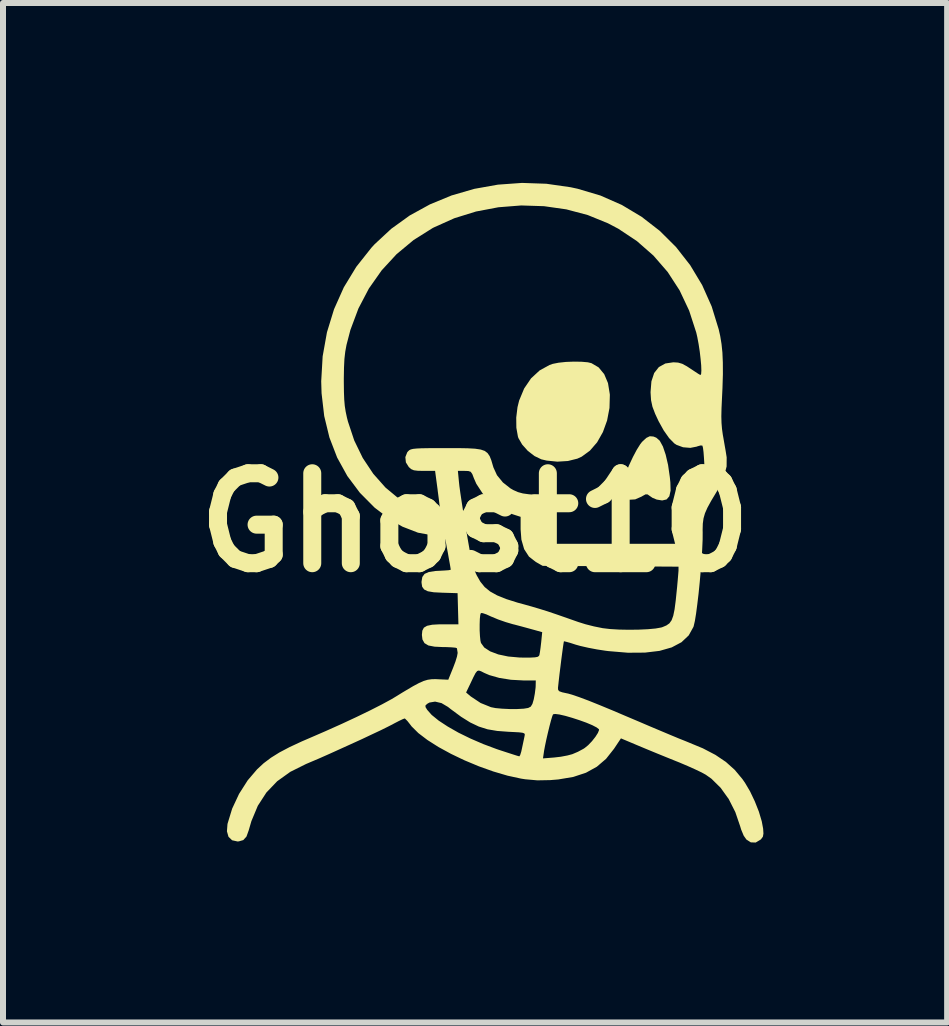
<source format=kicad_pcb>
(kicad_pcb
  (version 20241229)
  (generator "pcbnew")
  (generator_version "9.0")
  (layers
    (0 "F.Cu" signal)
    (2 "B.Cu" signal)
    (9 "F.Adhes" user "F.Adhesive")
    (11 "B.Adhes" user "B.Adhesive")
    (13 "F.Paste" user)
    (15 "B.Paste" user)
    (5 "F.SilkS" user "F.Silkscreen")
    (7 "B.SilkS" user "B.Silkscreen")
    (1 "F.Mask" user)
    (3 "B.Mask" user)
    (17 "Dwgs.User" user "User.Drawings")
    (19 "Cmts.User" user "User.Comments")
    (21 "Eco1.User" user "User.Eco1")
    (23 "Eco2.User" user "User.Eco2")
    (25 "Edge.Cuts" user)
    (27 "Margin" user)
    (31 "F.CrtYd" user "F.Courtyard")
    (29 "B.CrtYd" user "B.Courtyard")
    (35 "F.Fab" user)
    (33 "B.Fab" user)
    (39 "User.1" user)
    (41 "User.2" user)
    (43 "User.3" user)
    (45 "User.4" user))
  (footprint "Ghost10"
    (layer "F.Cu")
    (at 4.871 5.663)
    (property "Reference" "Ghost10" (at 0 0 0) (layer "F.SilkS") (effects (font (size 1.5 1.5) (thickness 0.3))))
    (attr board_only exclude_from_pos_files exclude_from_bom)
    (fp_poly (pts (xy 2.975 -1.434) (xy 3.022 -1.415) (xy 3.08 -1.364) (xy 3.133 -1.267) (xy 3.179 -1.131) (xy 3.219 -0.959) (xy 3.248 -0.758) (xy 3.257 -0.669) (xy 3.261 -0.532) (xy 3.24 -0.438) (xy 3.194 -0.385) (xy 3.12 -0.368) (xy 3.029 -0.383) (xy 2.959 -0.412) (xy 2.911 -0.445) (xy 2.877 -0.469) (xy 2.844 -0.47) (xy 2.794 -0.443) (xy 2.778 -0.433) (xy 2.671 -0.386) (xy 2.576 -0.38) (xy 2.5 -0.41) (xy 2.452 -0.473) (xy 2.438 -0.564) (xy 2.443 -0.601) (xy 2.469 -0.7) (xy 2.513 -0.824) (xy 2.57 -0.959) (xy 2.633 -1.093) (xy 2.696 -1.212) (xy 2.754 -1.305) (xy 2.785 -1.345) (xy 2.856 -1.411) (xy 2.914 -1.439)) (stroke (width 0) (type solid)) (fill yes) (layer "F.SilkS"))
    (fp_poly (pts (xy 1.775 -2.681) (xy 1.881 -2.672) (xy 1.942 -2.657) (xy 2.062 -2.586) (xy 2.154 -2.474) (xy 2.217 -2.325) (xy 2.247 -2.141) (xy 2.248 -2.127) (xy 2.242 -1.91) (xy 2.202 -1.701) (xy 2.132 -1.508) (xy 2.036 -1.338) (xy 1.916 -1.199) (xy 1.778 -1.098) (xy 1.706 -1.065) (xy 1.549 -1.026) (xy 1.372 -1.015) (xy 1.195 -1.033) (xy 1.105 -1.054) (xy 0.991 -1.109) (xy 0.88 -1.195) (xy 0.786 -1.3) (xy 0.723 -1.409) (xy 0.715 -1.434) (xy 0.689 -1.58) (xy 0.687 -1.75) (xy 0.708 -1.923) (xy 0.735 -2.033) (xy 0.819 -2.235) (xy 0.934 -2.404) (xy 1.077 -2.536) (xy 1.242 -2.627) (xy 1.297 -2.646) (xy 1.393 -2.665) (xy 1.515 -2.678) (xy 1.647 -2.683)) (stroke (width 0) (type solid)) (fill yes) (layer "F.SilkS"))
    (fp_poly (pts (xy 1.189 -5.649) (xy 1.593 -5.591) (xy 1.709 -5.566) (xy 2.09 -5.453) (xy 2.447 -5.296) (xy 2.778 -5.098) (xy 3.081 -4.863) (xy 3.352 -4.593) (xy 3.588 -4.291) (xy 3.787 -3.96) (xy 3.946 -3.603) (xy 4.063 -3.222) (xy 4.088 -3.112) (xy 4.11 -2.978) (xy 4.125 -2.833) (xy 4.132 -2.668) (xy 4.133 -2.474) (xy 4.126 -2.244) (xy 4.118 -2.077) (xy 4.11 -1.905) (xy 4.107 -1.77) (xy 4.11 -1.66) (xy 4.118 -1.562) (xy 4.132 -1.461) (xy 4.14 -1.418) (xy 4.16 -1.302) (xy 4.179 -1.194) (xy 4.192 -1.112) (xy 4.196 -1.087) (xy 4.195 -0.935) (xy 4.15 -0.762) (xy 4.062 -0.573) (xy 4.022 -0.502) (xy 3.936 -0.359) (xy 3.875 -0.247) (xy 3.834 -0.154) (xy 3.81 -0.07) (xy 3.798 0.018) (xy 3.795 0.12) (xy 3.796 0.163) (xy 3.795 0.288) (xy 3.788 0.443) (xy 3.778 0.619) (xy 3.763 0.808) (xy 3.746 1.001) (xy 3.727 1.189) (xy 3.706 1.364) (xy 3.686 1.517) (xy 3.666 1.64) (xy 3.647 1.723) (xy 3.642 1.74) (xy 3.563 1.882) (xy 3.442 1.996) (xy 3.28 2.082) (xy 3.077 2.14) (xy 2.833 2.169) (xy 2.549 2.171) (xy 2.226 2.144) (xy 2.177 2.138) (xy 2.034 2.116) (xy 1.887 2.088) (xy 1.756 2.058) (xy 1.677 2.036) (xy 1.588 2.007) (xy 1.519 1.988) (xy 1.484 1.98) (xy 1.482 1.981) (xy 1.477 2.007) (xy 1.467 2.073) (xy 1.454 2.169) (xy 1.439 2.282) (xy 1.424 2.404) (xy 1.409 2.523) (xy 1.397 2.629) (xy 1.388 2.711) (xy 1.383 2.758) (xy 1.386 2.792) (xy 1.406 2.814) (xy 1.454 2.831) (xy 1.541 2.85) (xy 1.545 2.85) (xy 1.619 2.871) (xy 1.736 2.911) (xy 1.891 2.969) (xy 2.08 3.045) (xy 2.3 3.136) (xy 2.518 3.229) (xy 2.719 3.314) (xy 2.915 3.398) (xy 3.098 3.475) (xy 3.262 3.544) (xy 3.399 3.601) (xy 3.502 3.642) (xy 3.546 3.66) (xy 3.799 3.765) (xy 4.008 3.874) (xy 4.183 3.992) (xy 4.33 4.124) (xy 4.457 4.276) (xy 4.501 4.339) (xy 4.586 4.483) (xy 4.665 4.649) (xy 4.733 4.821) (xy 4.781 4.982) (xy 4.804 5.105) (xy 4.809 5.187) (xy 4.8 5.238) (xy 4.771 5.278) (xy 4.759 5.289) (xy 4.68 5.336) (xy 4.598 5.333) (xy 4.525 5.286) (xy 4.48 5.222) (xy 4.438 5.121) (xy 4.421 5.065) (xy 4.34 4.828) (xy 4.23 4.611) (xy 4.095 4.423) (xy 3.942 4.272) (xy 3.847 4.205) (xy 3.778 4.167) (xy 3.673 4.117) (xy 3.546 4.06) (xy 3.407 4.001) (xy 3.347 3.977) (xy 3.191 3.914) (xy 3.024 3.846) (xy 2.864 3.78) (xy 2.73 3.724) (xy 2.704 3.713) (xy 2.433 3.599) (xy 2.317 3.773) (xy 2.185 3.94) (xy 2.031 4.072) (xy 1.85 4.172) (xy 1.638 4.242) (xy 1.388 4.284) (xy 1.254 4.295) (xy 1.039 4.299) (xy 0.837 4.281) (xy 0.767 4.27) (xy 0.542 4.221) (xy 0.305 4.151) (xy 0.064 4.065) (xy -0.173 3.966) (xy -0.243 3.933) (xy 1.133 3.933) (xy 1.32 3.918) (xy 1.432 3.905) (xy 1.542 3.884) (xy 1.621 3.863) (xy 1.715 3.823) (xy 1.808 3.773) (xy 1.828 3.76) (xy 1.887 3.712) (xy 1.95 3.646) (xy 2.007 3.574) (xy 2.049 3.508) (xy 2.068 3.46) (xy 2.066 3.447) (xy 2.028 3.417) (xy 1.955 3.379) (xy 1.855 3.337) (xy 1.741 3.296) (xy 1.621 3.257) (xy 1.507 3.224) (xy 1.408 3.201) (xy 1.336 3.192) (xy 1.301 3.198) (xy 1.288 3.229) (xy 1.267 3.299) (xy 1.242 3.394) (xy 1.215 3.505) (xy 1.189 3.618) (xy 1.167 3.723) (xy 1.151 3.808) (xy 1.15 3.816) (xy 1.133 3.933) (xy -0.243 3.933) (xy -0.401 3.857) (xy -0.61 3.743) (xy -0.794 3.626) (xy -0.945 3.511) (xy -1.057 3.4) (xy -1.082 3.367) (xy -1.128 3.309) (xy -1.164 3.273) (xy -1.174 3.267) (xy -1.206 3.279) (xy -1.269 3.309) (xy -1.352 3.352) (xy -1.377 3.366) (xy -1.456 3.406) (xy -1.573 3.464) (xy -1.72 3.533) (xy -1.887 3.612) (xy -2.067 3.694) (xy -2.252 3.778) (xy -2.431 3.859) (xy -2.598 3.933) (xy -2.744 3.995) (xy -2.819 4.027) (xy -3.08 4.157) (xy -3.299 4.314) (xy -3.479 4.502) (xy -3.622 4.723) (xy -3.729 4.979) (xy -3.774 5.133) (xy -3.811 5.236) (xy -3.864 5.295) (xy -3.94 5.317) (xy -3.961 5.318) (xy -4.051 5.298) (xy -4.111 5.24) (xy -4.137 5.149) (xy -4.128 5.029) (xy -4.126 5.02) (xy -4.05 4.771) (xy -3.935 4.525) (xy -3.791 4.299) (xy -3.634 4.115) (xy -3.525 4.014) (xy -3.403 3.922) (xy -3.262 3.834) (xy -3.093 3.745) (xy -2.887 3.649) (xy -2.773 3.6) (xy -2.494 3.479) (xy -2.226 3.359) (xy -1.975 3.242) (xy -1.748 3.132) (xy -1.585 3.049) (xy -0.826 3.049) (xy -0.826 3.077) (xy -0.798 3.123) (xy -0.723 3.208) (xy -0.606 3.303) (xy -0.455 3.402) (xy -0.276 3.504) (xy -0.076 3.602) (xy 0.137 3.694) (xy 0.356 3.776) (xy 0.388 3.787) (xy 0.51 3.827) (xy 0.615 3.861) (xy 0.693 3.886) (xy 0.735 3.898) (xy 0.739 3.899) (xy 0.753 3.877) (xy 0.771 3.819) (xy 0.785 3.754) (xy 0.804 3.665) (xy 0.82 3.589) (xy 0.827 3.555) (xy 0.83 3.532) (xy 0.821 3.516) (xy 0.79 3.505) (xy 0.731 3.498) (xy 0.635 3.493) (xy 0.553 3.489) (xy 0.369 3.475) (xy 0.209 3.448) (xy 0.063 3.402) (xy -0.08 3.334) (xy -0.232 3.239) (xy -0.404 3.112) (xy -0.451 3.075) (xy -0.559 3.011) (xy -0.666 2.986) (xy -0.761 3.002) (xy -0.796 3.022) (xy -0.826 3.049) (xy -1.585 3.049) (xy -1.55 3.031) (xy -1.39 2.944) (xy -1.317 2.9) (xy -1.21 2.834) (xy -0.149 2.834) (xy -0.071 2.9) (xy 0.093 3.009) (xy 0.266 3.079) (xy 0.342 3.094) (xy 0.451 3.104) (xy 0.577 3.11) (xy 0.703 3.11) (xy 0.812 3.104) (xy 0.886 3.092) (xy 0.929 3.07) (xy 0.957 3.024) (xy 0.979 2.949) (xy 0.997 2.853) (xy 1.009 2.758) (xy 1.011 2.729) (xy 1.013 2.634) (xy 0.804 2.633) (xy 0.599 2.622) (xy 0.404 2.591) (xy 0.235 2.543) (xy 0.151 2.506) (xy 0.1 2.48) (xy 0.064 2.468) (xy 0.036 2.476) (xy 0.008 2.511) (xy -0.027 2.578) (xy -0.077 2.684) (xy -0.08 2.69) (xy -0.149 2.834) (xy -1.21 2.834) (xy -1.158 2.803) (xy -1.033 2.729) (xy -0.936 2.677) (xy -0.857 2.642) (xy -0.79 2.622) (xy -0.726 2.613) (xy -0.658 2.611) (xy -0.622 2.613) (xy -0.446 2.621) (xy -0.364 2.418) (xy -0.327 2.32) (xy -0.301 2.235) (xy -0.29 2.176) (xy -0.291 2.165) (xy -0.299 2.115) (xy -0.302 2.096) (xy -0.326 2.087) (xy -0.39 2.081) (xy -0.481 2.077) (xy -0.528 2.077) (xy -0.675 2.07) (xy -0.778 2.05) (xy -0.843 2.011) (xy -0.877 1.95) (xy -0.886 1.874) (xy -0.879 1.803) (xy -0.853 1.753) (xy -0.8 1.722) (xy -0.714 1.704) (xy -0.606 1.698) (xy 0.077 1.698) (xy 0.077 1.798) (xy 0.082 1.893) (xy 0.09 1.97) (xy 0.099 2.008) (xy 0.154 2.084) (xy 0.252 2.148) (xy 0.387 2.199) (xy 0.553 2.234) (xy 0.743 2.251) (xy 0.802 2.252) (xy 0.921 2.252) (xy 0.998 2.248) (xy 1.043 2.24) (xy 1.065 2.225) (xy 1.073 2.21) (xy 1.082 2.162) (xy 1.093 2.083) (xy 1.103 1.997) (xy 1.12 1.828) (xy 0.984 1.79) (xy 0.893 1.765) (xy 0.776 1.733) (xy 0.655 1.701) (xy 0.633 1.696) (xy 0.511 1.66) (xy 0.385 1.616) (xy 0.282 1.573) (xy 0.269 1.568) (xy 0.19 1.532) (xy 0.128 1.511) (xy 0.098 1.509) (xy 0.087 1.54) (xy 0.08 1.607) (xy 0.077 1.698) (xy -0.606 1.698) (xy -0.588 1.697) (xy -0.525 1.697) (xy -0.277 1.697) (xy -0.284 1.437) (xy -0.291 1.178) (xy -0.548 1.17) (xy -0.689 1.163) (xy -0.788 1.146) (xy -0.849 1.116) (xy -0.882 1.07) (xy -0.892 1.003) (xy -0.892 0.984) (xy -0.879 0.908) (xy -0.841 0.856) (xy -0.77 0.825) (xy -0.66 0.808) (xy -0.601 0.805) (xy -0.509 0.8) (xy -0.44 0.795) (xy -0.407 0.788) (xy -0.405 0.787) (xy -0.409 0.758) (xy -0.42 0.693) (xy -0.436 0.605) (xy -0.453 0.507) (xy -0.471 0.412) (xy -0.485 0.335) (xy -0.494 0.289) (xy -0.507 0.26) (xy -0.537 0.241) (xy -0.597 0.228) (xy -0.683 0.219) (xy -0.952 0.169) (xy -1.21 0.069) (xy -1.39 -0.033) (xy -1.674 -0.248) (xy -1.92 -0.496) (xy -2.129 -0.775) (xy -2.299 -1.083) (xy -2.428 -1.418) (xy -2.515 -1.776) (xy -2.559 -2.156) (xy -2.565 -2.355) (xy -2.562 -2.406) (xy -2.188 -2.406) (xy -2.188 -2.342) (xy -2.186 -2.177) (xy -2.181 -2.049) (xy -2.172 -1.944) (xy -2.157 -1.849) (xy -2.136 -1.75) (xy -2.119 -1.684) (xy -2.014 -1.368) (xy -1.872 -1.076) (xy -1.697 -0.813) (xy -1.493 -0.583) (xy -1.263 -0.392) (xy -1.127 -0.305) (xy -1.009 -0.247) (xy -0.878 -0.198) (xy -0.754 -0.165) (xy -0.654 -0.152) (xy -0.654 -0.152) (xy -0.623 -0.152) (xy -0.602 -0.158) (xy -0.59 -0.177) (xy -0.586 -0.216) (xy -0.591 -0.283) (xy -0.603 -0.384) (xy -0.622 -0.528) (xy -0.624 -0.547) (xy -0.666 -0.861) (xy -0.286 -0.861) (xy -0.269 -0.685) (xy -0.261 -0.609) (xy -0.245 -0.493) (xy -0.223 -0.346) (xy -0.197 -0.178) (xy -0.168 0.001) (xy -0.151 0.107) (xy -0.116 0.312) (xy -0.087 0.475) (xy -0.061 0.602) (xy -0.037 0.701) (xy -0.013 0.78) (xy 0.012 0.846) (xy 0.029 0.882) (xy 0.089 0.987) (xy 0.161 1.076) (xy 0.252 1.15) (xy 0.369 1.215) (xy 0.52 1.276) (xy 0.71 1.336) (xy 0.814 1.364) (xy 0.946 1.401) (xy 1.074 1.439) (xy 1.209 1.481) (xy 1.36 1.532) (xy 1.538 1.594) (xy 1.72 1.658) (xy 1.841 1.696) (xy 1.983 1.732) (xy 2.117 1.759) (xy 2.125 1.761) (xy 2.251 1.776) (xy 2.402 1.785) (xy 2.565 1.788) (xy 2.729 1.786) (xy 2.882 1.779) (xy 3.011 1.767) (xy 3.106 1.75) (xy 3.125 1.744) (xy 3.191 1.716) (xy 3.241 1.681) (xy 3.278 1.629) (xy 3.305 1.555) (xy 3.327 1.449) (xy 3.346 1.304) (xy 3.355 1.216) (xy 3.369 1.08) (xy 3.38 0.959) (xy 3.388 0.863) (xy 3.393 0.803) (xy 3.393 0.792) (xy 3.393 0.736) (xy 2.26 0.729) (xy 1.127 0.722) (xy 1.014 0.658) (xy 0.899 0.568) (xy 0.819 0.444) (xy 0.773 0.285) (xy 0.76 0.114) (xy 0.76 -0.095) (xy 0.627 -0.138) (xy 0.442 -0.22) (xy 0.273 -0.338) (xy 0.129 -0.482) (xy 0.022 -0.645) (xy -0.018 -0.736) (xy -0.046 -0.809) (xy -0.072 -0.846) (xy -0.112 -0.859) (xy -0.174 -0.861) (xy -0.286 -0.861) (xy -0.666 -0.861) (xy -0.853 -0.861) (xy -0.954 -0.863) (xy -1.019 -0.871) (xy -1.064 -0.89) (xy -1.102 -0.923) (xy -1.103 -0.923) (xy -1.153 -1.003) (xy -1.162 -1.091) (xy -1.13 -1.172) (xy -1.114 -1.19) (xy -1.095 -1.207) (xy -1.07 -1.219) (xy -1.033 -1.228) (xy -0.977 -1.234) (xy -0.895 -1.238) (xy -0.781 -1.24) (xy -0.627 -1.241) (xy -0.493 -1.241) (xy -0.285 -1.241) (xy -0.122 -1.238) (xy 0.002 -1.231) (xy 0.095 -1.217) (xy 0.162 -1.194) (xy 0.209 -1.158) (xy 0.244 -1.107) (xy 0.271 -1.039) (xy 0.297 -0.951) (xy 0.307 -0.918) (xy 0.366 -0.789) (xy 0.465 -0.668) (xy 0.591 -0.569) (xy 0.64 -0.541) (xy 0.717 -0.507) (xy 0.798 -0.485) (xy 0.9 -0.471) (xy 1.021 -0.462) (xy 1.162 -0.45) (xy 1.26 -0.431) (xy 1.322 -0.4) (xy 1.355 -0.354) (xy 1.367 -0.288) (xy 1.367 -0.268) (xy 1.346 -0.187) (xy 1.293 -0.12) (xy 1.221 -0.08) (xy 1.19 -0.076) (xy 1.148 -0.054) (xy 1.121 0.003) (xy 1.111 0.081) (xy 1.118 0.167) (xy 1.142 0.247) (xy 1.167 0.288) (xy 1.219 0.355) (xy 2.316 0.355) (xy 3.412 0.355) (xy 3.425 0.082) (xy 3.432 -0.041) (xy 3.444 -0.142) (xy 3.465 -0.232) (xy 3.498 -0.322) (xy 3.549 -0.424) (xy 3.619 -0.55) (xy 3.684 -0.658) (xy 3.828 -0.899) (xy 3.817 -1.083) (xy 3.81 -1.175) (xy 3.801 -1.246) (xy 3.791 -1.282) (xy 3.791 -1.283) (xy 3.759 -1.285) (xy 3.703 -1.269) (xy 3.698 -1.266) (xy 3.59 -1.245) (xy 3.469 -1.255) (xy 3.36 -1.295) (xy 3.322 -1.32) (xy 3.236 -1.408) (xy 3.146 -1.536) (xy 3.06 -1.691) (xy 3.004 -1.811) (xy 2.958 -1.932) (xy 2.935 -2.04) (xy 2.927 -2.166) (xy 2.927 -2.178) (xy 2.941 -2.354) (xy 2.987 -2.493) (xy 3.065 -2.592) (xy 3.173 -2.652) (xy 3.307 -2.672) (xy 3.386 -2.667) (xy 3.455 -2.647) (xy 3.531 -2.606) (xy 3.586 -2.57) (xy 3.663 -2.519) (xy 3.724 -2.479) (xy 3.757 -2.46) (xy 3.758 -2.459) (xy 3.77 -2.476) (xy 3.774 -2.533) (xy 3.771 -2.621) (xy 3.761 -2.73) (xy 3.747 -2.852) (xy 3.728 -2.976) (xy 3.706 -3.093) (xy 3.689 -3.167) (xy 3.57 -3.534) (xy 3.411 -3.871) (xy 3.212 -4.178) (xy 2.974 -4.452) (xy 2.699 -4.693) (xy 2.389 -4.899) (xy 2.216 -4.99) (xy 1.88 -5.127) (xy 1.522 -5.222) (xy 1.15 -5.275) (xy 0.77 -5.287) (xy 0.39 -5.257) (xy 0.016 -5.186) (xy -0.345 -5.074) (xy -0.686 -4.921) (xy -0.709 -4.909) (xy -1.024 -4.711) (xy -1.308 -4.475) (xy -1.557 -4.205) (xy -1.77 -3.902) (xy -1.944 -3.57) (xy -2.078 -3.212) (xy -2.143 -2.963) (xy -2.164 -2.849) (xy -2.178 -2.727) (xy -2.185 -2.583) (xy -2.188 -2.406) (xy -2.562 -2.406) (xy -2.541 -2.771) (xy -2.469 -3.173) (xy -2.351 -3.557) (xy -2.188 -3.922) (xy -1.98 -4.264) (xy -1.729 -4.581) (xy -1.673 -4.642) (xy -1.397 -4.898) (xy -1.089 -5.12) (xy -0.752 -5.305) (xy -0.391 -5.454) (xy -0.012 -5.564) (xy 0.381 -5.634) (xy 0.783 -5.663)) (stroke (width 0) (type solid)) (fill yes) (layer "F.SilkS")))
  (gr_rect
    (start -3 -3)
    (end 12.743 13.999)
    (stroke (width 0.1) (type default))
    (fill no)
    (layer "Edge.Cuts")))
</source>
